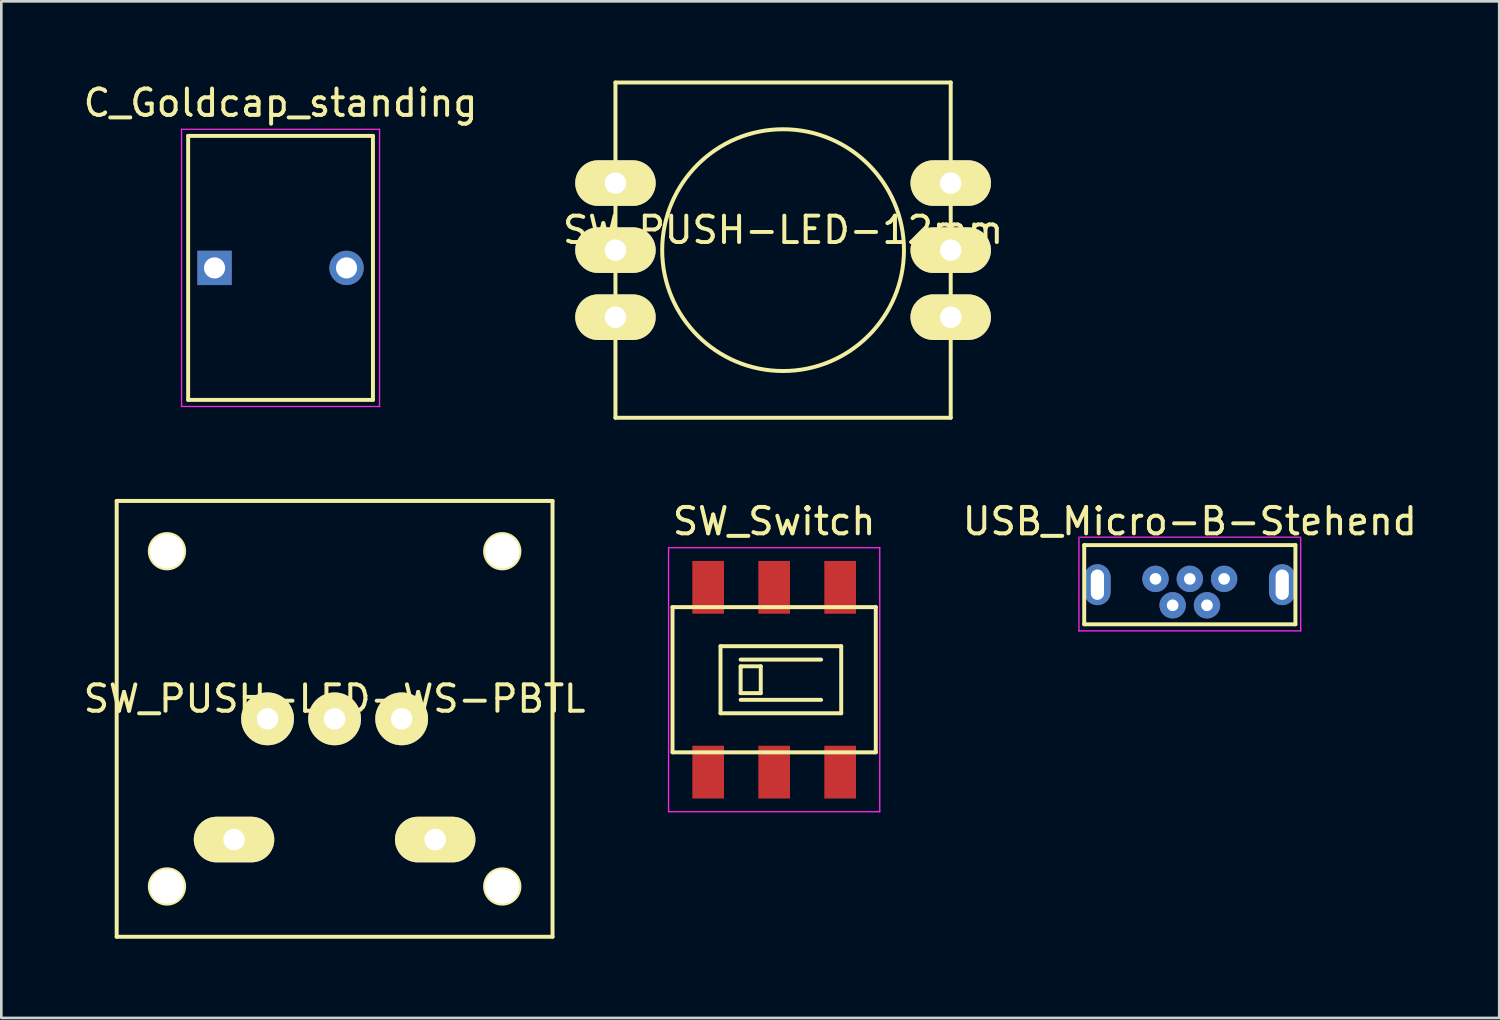
<source format=kicad_pcb>
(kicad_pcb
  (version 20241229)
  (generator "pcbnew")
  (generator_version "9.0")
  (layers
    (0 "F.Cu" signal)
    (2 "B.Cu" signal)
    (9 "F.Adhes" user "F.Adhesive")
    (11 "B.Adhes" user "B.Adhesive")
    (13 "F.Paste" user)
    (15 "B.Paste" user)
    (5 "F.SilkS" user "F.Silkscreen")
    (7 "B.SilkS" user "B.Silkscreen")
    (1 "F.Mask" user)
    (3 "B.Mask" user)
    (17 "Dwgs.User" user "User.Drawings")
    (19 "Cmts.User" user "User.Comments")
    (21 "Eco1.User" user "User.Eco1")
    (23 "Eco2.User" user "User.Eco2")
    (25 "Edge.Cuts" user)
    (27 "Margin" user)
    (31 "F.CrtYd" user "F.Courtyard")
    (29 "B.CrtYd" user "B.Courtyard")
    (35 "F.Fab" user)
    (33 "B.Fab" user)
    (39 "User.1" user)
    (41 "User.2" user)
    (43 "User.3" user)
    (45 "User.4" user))
  (footprint "SW_PUSH-LED-WS-PBTL"
    (layer "F.Cu")
    (at 9.625 24.18)
    (property "Reference" "SW_PUSH-LED-WS-PBTL" (at 0 -0.762 0) (layer "F.SilkS") (effects (font (size 1 1) (thickness 0.15))))
    (attr through_hole)
    (fp_line (start -8.255 -8.255) (end 8.255 -8.255) (stroke (width 0.15) (type solid)) (layer "F.SilkS"))
    (fp_line (start -8.255 8.255) (end -8.255 -8.255) (stroke (width 0.15) (type solid)) (layer "F.SilkS"))
    (fp_line (start 8.255 -8.255) (end 8.255 8.255) (stroke (width 0.15) (type solid)) (layer "F.SilkS"))
    (fp_line (start 8.255 8.255) (end -8.255 8.255) (stroke (width 0.15) (type solid)) (layer "F.SilkS"))
    (fp_circle (center -6.35 -6.35) (end -7 -6.35) (stroke (width 0.15) (type solid)) (fill no) (layer "F.SilkS"))
    (fp_circle (center -6.35 6.35) (end -7 6.35) (stroke (width 0.15) (type solid)) (fill no) (layer "F.SilkS"))
    (fp_circle (center 6.35 -6.35) (end 7 -6.35) (stroke (width 0.15) (type solid)) (fill no) (layer "F.SilkS"))
    (fp_circle (center 6.35 6.35) (end 6.35 7) (stroke (width 0.15) (type solid)) (fill no) (layer "F.SilkS"))
    (pad "" thru_hole circle (at -6.35 -6.35) (size 1.3 1.3) (drill 1.3) (layers "*.Cu" "*.Mask"))
    (pad "" thru_hole circle (at -6.35 6.35) (size 1.3 1.3) (drill 1.3) (layers "*.Cu" "*.Mask"))
    (pad "" thru_hole circle (at 6.35 -6.35) (size 1.3 1.3) (drill 1.3) (layers "*.Cu" "*.Mask"))
    (pad "" thru_hole circle (at 6.35 6.35) (size 1.3 1.3) (drill 1.3) (layers "*.Cu" "*.Mask"))
    (pad "1" thru_hole oval (at -3.81 4.572) (size 3.048 1.727) (drill 0.813) (layers "*.Cu" "*.Mask" "F.SilkS"))
    (pad "2" thru_hole oval (at 3.81 4.572) (size 3.048 1.727) (drill 0.813) (layers "*.Cu" "*.Mask" "F.SilkS"))
    (pad "L1" thru_hole oval (at -2.54 0) (size 2 2) (drill 0.813) (layers "*.Cu" "*.Mask" "F.SilkS"))
    (pad "L2" thru_hole oval (at 2.54 0) (size 2 2) (drill 0.813) (layers "*.Cu" "*.Mask" "F.SilkS"))
    (pad "LC" thru_hole oval (at 0 0) (size 2 2) (drill 0.813) (layers "*.Cu" "*.Mask" "F.SilkS")))
  (footprint "SW_Switch"
    (layer "F.Cu")
    (at 26.275 22.698)
    (property "Reference" "SW_Switch" (at 0 -6 180) (layer "F.SilkS") (effects (font (size 1 1) (thickness 0.15))))
    (attr smd)
    (fp_line (start -3.85 -2.75) (end -3.85 2.75) (stroke (width 0.15) (type solid)) (layer "F.SilkS"))
    (fp_line (start -3.85 -2.75) (end 3.85 -2.75) (stroke (width 0.15) (type solid)) (layer "F.SilkS"))
    (fp_line (start -3.85 2.75) (end 3.85 2.75) (stroke (width 0.15) (type solid)) (layer "F.SilkS"))
    (fp_line (start -2.032 -1.27) (end -2.032 1.27) (stroke (width 0.15) (type solid)) (layer "F.SilkS"))
    (fp_line (start -2.032 1.27) (end 2.54 1.27) (stroke (width 0.15) (type solid)) (layer "F.SilkS"))
    (fp_line (start -1.27 -0.762) (end 1.778 -0.762) (stroke (width 0.15) (type solid)) (layer "F.SilkS"))
    (fp_line (start -1.27 -0.508) (end -1.27 0.508) (stroke (width 0.15) (type solid)) (layer "F.SilkS"))
    (fp_line (start -1.27 0.508) (end -0.508 0.508) (stroke (width 0.15) (type solid)) (layer "F.SilkS"))
    (fp_line (start -1.27 0.762) (end 1.778 0.762) (stroke (width 0.15) (type solid)) (layer "F.SilkS"))
    (fp_line (start -0.508 -0.508) (end -1.27 -0.508) (stroke (width 0.15) (type solid)) (layer "F.SilkS"))
    (fp_line (start -0.508 0.508) (end -0.508 -0.508) (stroke (width 0.15) (type solid)) (layer "F.SilkS"))
    (fp_line (start 2.54 -1.27) (end -2.032 -1.27) (stroke (width 0.15) (type solid)) (layer "F.SilkS"))
    (fp_line (start 2.54 1.27) (end 2.54 -1.27) (stroke (width 0.15) (type solid)) (layer "F.SilkS"))
    (fp_line (start 3.85 2.75) (end 3.85 -2.75) (stroke (width 0.15) (type solid)) (layer "F.SilkS"))
    (fp_line (start -4 -5) (end 4 -5) (stroke (width 0.05) (type solid)) (layer "F.CrtYd"))
    (fp_line (start -4 5) (end -4 -5) (stroke (width 0.05) (type solid)) (layer "F.CrtYd"))
    (fp_line (start 4 -5) (end 4 5) (stroke (width 0.05) (type solid)) (layer "F.CrtYd"))
    (fp_line (start 4 5) (end -4 5) (stroke (width 0.05) (type solid)) (layer "F.CrtYd"))
    (pad "1" smd rect (at -2.5 -3.5 90) (size 2 1.2) (layers "F.Cu" "F.Mask" "F.Paste"))
    (pad "2" smd rect (at 0 -3.5 90) (size 2 1.2) (layers "F.Cu" "F.Mask" "F.Paste"))
    (pad "3" smd rect (at 2.5 -3.5 90) (size 2 1.2) (layers "F.Cu" "F.Mask" "F.Paste"))
    (pad "4" smd rect (at -2.5 3.5 90) (size 2 1.2) (layers "F.Cu" "F.Mask" "F.Paste"))
    (pad "5" smd rect (at 0 3.5 90) (size 2 1.2) (layers "F.Cu" "F.Mask" "F.Paste"))
    (pad "6" smd rect (at 2.5 3.5 90) (size 2 1.2) (layers "F.Cu" "F.Mask" "F.Paste")))
  (footprint "SW_PUSH-LED-12mm"
    (layer "F.Cu")
    (at 26.613 6.425)
    (property "Reference" "SW_PUSH-LED-12mm" (at 0 -0.762 0) (layer "F.SilkS") (effects (font (size 1 1) (thickness 0.15))))
    (attr through_hole)
    (fp_line (start -6.35 -6.35) (end 6.35 -6.35) (stroke (width 0.15) (type solid)) (layer "F.SilkS"))
    (fp_line (start -6.35 6.35) (end -6.35 -6.35) (stroke (width 0.15) (type solid)) (layer "F.SilkS"))
    (fp_line (start 6.35 -6.35) (end 6.35 6.35) (stroke (width 0.15) (type solid)) (layer "F.SilkS"))
    (fp_line (start 6.35 6.35) (end -6.35 6.35) (stroke (width 0.15) (type solid)) (layer "F.SilkS"))
    (fp_circle (center 0 0) (end 3.81 2.54) (stroke (width 0.15) (type solid)) (fill no) (layer "F.SilkS"))
    (pad "1" thru_hole oval (at 6.35 0) (size 3.048 1.727) (drill 0.813) (layers "*.Cu" "*.Mask" "F.SilkS"))
    (pad "2" thru_hole oval (at -6.35 0) (size 3.048 1.727) (drill 0.813) (layers "*.Cu" "*.Mask" "F.SilkS"))
    (pad "3" thru_hole oval (at -6.35 -2.54) (size 3.048 1.727) (drill 0.813) (layers "*.Cu" "*.Mask" "F.SilkS"))
    (pad "4" thru_hole oval (at -6.35 2.54) (size 3.048 1.727) (drill 0.813) (layers "*.Cu" "*.Mask" "F.SilkS"))
    (pad "L1" thru_hole oval (at 6.35 -2.54) (size 3.048 1.727) (drill 0.813) (layers "*.Cu" "*.Mask" "F.SilkS"))
    (pad "LC" thru_hole oval (at 6.35 2.54) (size 3.048 1.727) (drill 0.813) (layers "*.Cu" "*.Mask" "F.SilkS")))
  (footprint "USB_Micro-B-Stehend"
    (layer "F.Cu")
    (at 42.02 19.098)
    (property "Reference" "USB_Micro-B-Stehend" (at 0 -2.4 0) (layer "F.SilkS") (effects (font (size 1 1) (thickness 0.15))))
    (attr smd)
    (fp_line (start -4 -1.5) (end 4 -1.5) (stroke (width 0.15) (type solid)) (layer "F.SilkS"))
    (fp_line (start -4 1.5) (end -4 -1.5) (stroke (width 0.15) (type solid)) (layer "F.SilkS"))
    (fp_line (start 4 -1.5) (end 4 1.5) (stroke (width 0.15) (type solid)) (layer "F.SilkS"))
    (fp_line (start 4 1.5) (end -4 1.5) (stroke (width 0.15) (type solid)) (layer "F.SilkS"))
    (fp_line (start -4.2 -1.8) (end 4.2 -1.8) (stroke (width 0.05) (type solid)) (layer "F.CrtYd"))
    (fp_line (start -4.2 1.75) (end -4.2 -1.75) (stroke (width 0.05) (type solid)) (layer "F.CrtYd"))
    (fp_line (start 4.2 -1.75) (end 4.2 1.75) (stroke (width 0.05) (type solid)) (layer "F.CrtYd"))
    (fp_line (start 4.2 1.75) (end -4.2 1.75) (stroke (width 0.05) (type solid)) (layer "F.CrtYd"))
    (pad "1" thru_hole circle (at -1.3 -0.22) (size 1 1) (drill 0.44) (layers "*.Cu" "*.Mask"))
    (pad "2" thru_hole circle (at -0.65 0.78) (size 1 1) (drill 0.44) (layers "*.Cu" "*.Mask"))
    (pad "3" thru_hole circle (at 0 -0.22) (size 1 1) (drill 0.44) (layers "*.Cu" "*.Mask"))
    (pad "4" thru_hole circle (at 0.65 0.78) (size 1 1) (drill 0.44) (layers "*.Cu" "*.Mask"))
    (pad "5" thru_hole circle (at 1.3 -0.22) (size 1 1) (drill 0.44) (layers "*.Cu" "*.Mask"))
    (pad "6" thru_hole oval (at -3.5 0 90) (size 1.55 1) (drill oval 1.15 0.5) (layers "*.Cu" "*.Mask"))
    (pad "6" thru_hole oval (at 3.5 0 90) (size 1.55 1) (drill oval 1.15 0.5) (layers "*.Cu" "*.Mask")))
  (footprint "C_Goldcap_standing"
    (layer "F.Cu")
    (at 5.077 7.098)
    (property "Reference" "C_Goldcap_standing" (at 2.5 -6.25 0) (layer "F.SilkS") (effects (font (size 1 1) (thickness 0.15))))
    (attr through_hole)
    (fp_line (start -1 -5) (end 6 -5) (stroke (width 0.15) (type solid)) (layer "F.SilkS"))
    (fp_line (start -1 5) (end -1 -5) (stroke (width 0.15) (type solid)) (layer "F.SilkS"))
    (fp_line (start 6 -5) (end 6 5) (stroke (width 0.15) (type solid)) (layer "F.SilkS"))
    (fp_line (start 6 5) (end -1 5) (stroke (width 0.15) (type solid)) (layer "F.SilkS"))
    (fp_line (start -1.25 -5.25) (end 6.25 -5.25) (stroke (width 0.05) (type solid)) (layer "F.CrtYd"))
    (fp_line (start -1.25 5.25) (end -1.25 -5.25) (stroke (width 0.05) (type solid)) (layer "F.CrtYd"))
    (fp_line (start 6.25 -5.25) (end 6.25 5.25) (stroke (width 0.05) (type solid)) (layer "F.CrtYd"))
    (fp_line (start 6.25 5.25) (end -1.25 5.25) (stroke (width 0.05) (type solid)) (layer "F.CrtYd"))
    (pad "1" thru_hole rect (at 0 0) (size 1.3 1.3) (drill 0.8) (layers "*.Cu" "*.Mask"))
    (pad "2" thru_hole circle (at 5 0) (size 1.3 1.3) (drill 0.8) (layers "*.Cu" "*.Mask")))
  (gr_rect
    (start -3 -3)
    (end 53.74 35.51)
    (stroke (width 0.1) (type default))
    (fill no)
    (layer "Edge.Cuts")))
</source>
